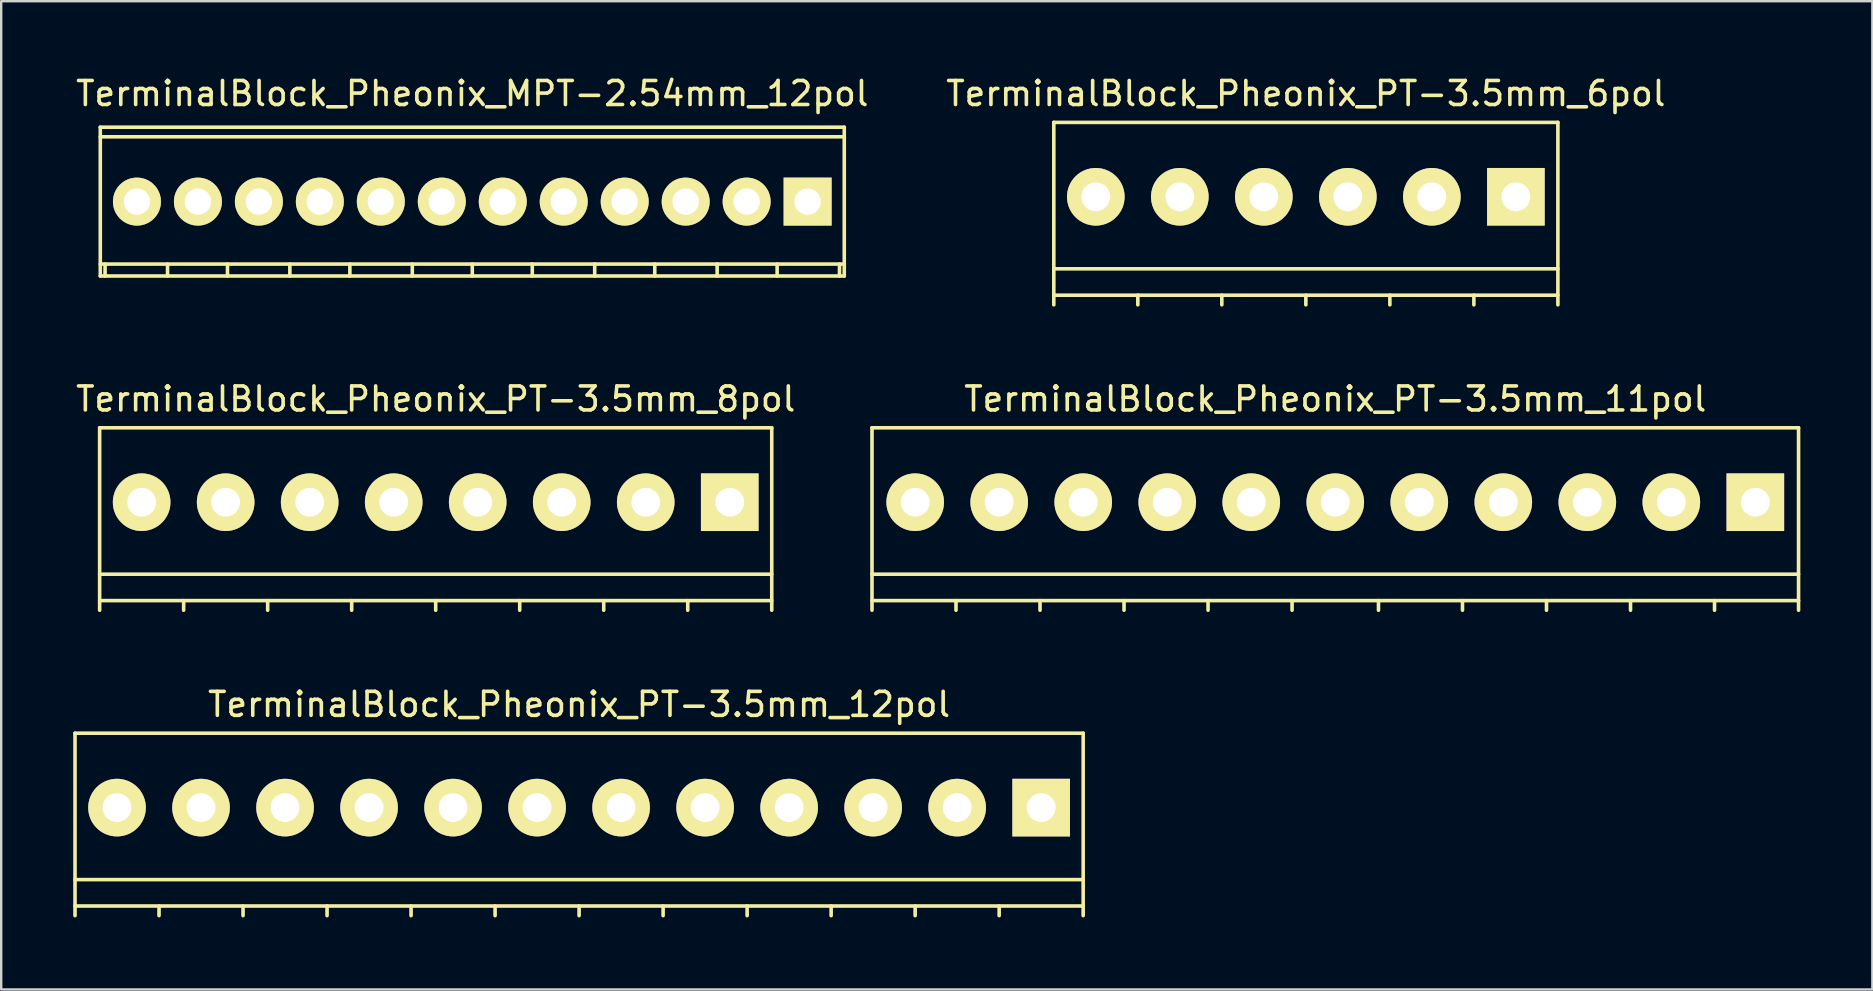
<source format=kicad_pcb>
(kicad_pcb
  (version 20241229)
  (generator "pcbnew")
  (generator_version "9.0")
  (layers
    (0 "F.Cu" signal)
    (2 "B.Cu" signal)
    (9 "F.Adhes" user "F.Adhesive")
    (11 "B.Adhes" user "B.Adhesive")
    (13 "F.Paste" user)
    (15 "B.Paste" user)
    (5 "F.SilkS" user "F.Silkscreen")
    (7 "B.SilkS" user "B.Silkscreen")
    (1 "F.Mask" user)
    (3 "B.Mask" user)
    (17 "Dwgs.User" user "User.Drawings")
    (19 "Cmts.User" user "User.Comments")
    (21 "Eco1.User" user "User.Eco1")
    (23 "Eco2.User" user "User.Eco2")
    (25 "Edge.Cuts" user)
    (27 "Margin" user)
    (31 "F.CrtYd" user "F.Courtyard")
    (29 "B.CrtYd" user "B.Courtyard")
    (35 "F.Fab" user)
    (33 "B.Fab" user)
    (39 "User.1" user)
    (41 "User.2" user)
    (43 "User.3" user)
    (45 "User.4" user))
  (footprint "TerminalBlock_Pheonix_PT-3.5mm_11pol"
    (layer "F.Cu")
    (at 52.577 18.572)
    (property "Reference" "TerminalBlock_Pheonix_PT-3.5mm_11pol" (at 0 -5 0) (layer "F.SilkS") (effects (font (size 1 1) (thickness 0.15))))
    (attr through_hole)
    (fp_line (start -19.3 -3.8) (end -19.3 3.8) (stroke (width 0.15) (type solid)) (layer "F.SilkS"))
    (fp_line (start -19.3 2.3) (end 19.3 2.3) (stroke (width 0.15) (type solid)) (layer "F.SilkS"))
    (fp_line (start -19.3 3.4) (end 19.3 3.4) (stroke (width 0.15) (type solid)) (layer "F.SilkS"))
    (fp_line (start -15.8 3.4) (end -15.8 3.8) (stroke (width 0.15) (type solid)) (layer "F.SilkS"))
    (fp_line (start -12.3 3.4) (end -12.3 3.8) (stroke (width 0.15) (type solid)) (layer "F.SilkS"))
    (fp_line (start -8.8 3.4) (end -8.8 3.8) (stroke (width 0.15) (type solid)) (layer "F.SilkS"))
    (fp_line (start -5.3 3.4) (end -5.3 3.8) (stroke (width 0.15) (type solid)) (layer "F.SilkS"))
    (fp_line (start -1.8 3.4) (end -1.8 3.8) (stroke (width 0.15) (type solid)) (layer "F.SilkS"))
    (fp_line (start 1.8 3.4) (end 1.8 3.8) (stroke (width 0.15) (type solid)) (layer "F.SilkS"))
    (fp_line (start 5.3 3.4) (end 5.3 3.8) (stroke (width 0.15) (type solid)) (layer "F.SilkS"))
    (fp_line (start 8.8 3.4) (end 8.8 3.8) (stroke (width 0.15) (type solid)) (layer "F.SilkS"))
    (fp_line (start 12.3 3.4) (end 12.3 3.8) (stroke (width 0.15) (type solid)) (layer "F.SilkS"))
    (fp_line (start 15.8 3.4) (end 15.8 3.8) (stroke (width 0.15) (type solid)) (layer "F.SilkS"))
    (fp_line (start 19.3 -3.8) (end -19.3 -3.8) (stroke (width 0.15) (type solid)) (layer "F.SilkS"))
    (fp_line (start 19.3 3.8) (end 19.3 -3.8) (stroke (width 0.15) (type solid)) (layer "F.SilkS"))
    (pad "1" thru_hole rect (at 17.5 -0.7) (size 2.4 2.4) (drill 1.2) (layers "*.Cu" "*.Mask" "F.SilkS"))
    (pad "2" thru_hole circle (at 14 -0.7) (size 2.4 2.4) (drill 1.2) (layers "*.Cu" "*.Mask" "F.SilkS"))
    (pad "3" thru_hole circle (at 10.5 -0.7) (size 2.4 2.4) (drill 1.2) (layers "*.Cu" "*.Mask" "F.SilkS"))
    (pad "4" thru_hole circle (at 7 -0.7) (size 2.4 2.4) (drill 1.2) (layers "*.Cu" "*.Mask" "F.SilkS"))
    (pad "5" thru_hole circle (at 3.5 -0.7) (size 2.4 2.4) (drill 1.2) (layers "*.Cu" "*.Mask" "F.SilkS"))
    (pad "6" thru_hole circle (at 0 -0.7) (size 2.4 2.4) (drill 1.2) (layers "*.Cu" "*.Mask" "F.SilkS"))
    (pad "7" thru_hole circle (at -3.5 -0.7) (size 2.4 2.4) (drill 1.2) (layers "*.Cu" "*.Mask" "F.SilkS"))
    (pad "8" thru_hole circle (at -7 -0.7) (size 2.4 2.4) (drill 1.2) (layers "*.Cu" "*.Mask" "F.SilkS"))
    (pad "9" thru_hole circle (at -10.5 -0.7) (size 2.4 2.4) (drill 1.2) (layers "*.Cu" "*.Mask" "F.SilkS"))
    (pad "10" thru_hole circle (at -14 -0.7) (size 2.4 2.4) (drill 1.2) (layers "*.Cu" "*.Mask" "F.SilkS"))
    (pad "11" thru_hole circle (at -17.5 -0.7) (size 2.4 2.4) (drill 1.2) (layers "*.Cu" "*.Mask" "F.SilkS")))
  (footprint "TerminalBlock_Pheonix_PT-3.5mm_8pol"
    (layer "F.Cu")
    (at 15.101 18.572)
    (property "Reference" "TerminalBlock_Pheonix_PT-3.5mm_8pol" (at 0 -5 0) (layer "F.SilkS") (effects (font (size 1 1) (thickness 0.15))))
    (attr through_hole)
    (fp_line (start -14 -3.8) (end -14 3.8) (stroke (width 0.15) (type solid)) (layer "F.SilkS"))
    (fp_line (start -14 2.3) (end 14 2.3) (stroke (width 0.15) (type solid)) (layer "F.SilkS"))
    (fp_line (start -14 3.4) (end 14 3.4) (stroke (width 0.15) (type solid)) (layer "F.SilkS"))
    (fp_line (start -10.5 3.4) (end -10.5 3.8) (stroke (width 0.15) (type solid)) (layer "F.SilkS"))
    (fp_line (start -7 3.4) (end -7 3.8) (stroke (width 0.15) (type solid)) (layer "F.SilkS"))
    (fp_line (start -3.5 3.4) (end -3.5 3.8) (stroke (width 0.15) (type solid)) (layer "F.SilkS"))
    (fp_line (start 0 3.4) (end 0 3.8) (stroke (width 0.15) (type solid)) (layer "F.SilkS"))
    (fp_line (start 3.5 3.4) (end 3.5 3.8) (stroke (width 0.15) (type solid)) (layer "F.SilkS"))
    (fp_line (start 7 3.4) (end 7 3.8) (stroke (width 0.15) (type solid)) (layer "F.SilkS"))
    (fp_line (start 10.5 3.4) (end 10.5 3.8) (stroke (width 0.15) (type solid)) (layer "F.SilkS"))
    (fp_line (start 14 -3.8) (end -14 -3.8) (stroke (width 0.15) (type solid)) (layer "F.SilkS"))
    (fp_line (start 14 3.8) (end 14 -3.8) (stroke (width 0.15) (type solid)) (layer "F.SilkS"))
    (pad "1" thru_hole rect (at 12.25 -0.7) (size 2.4 2.4) (drill 1.2) (layers "*.Cu" "*.Mask" "F.SilkS"))
    (pad "2" thru_hole circle (at 8.75 -0.7) (size 2.4 2.4) (drill 1.2) (layers "*.Cu" "*.Mask" "F.SilkS"))
    (pad "3" thru_hole circle (at 5.25 -0.7) (size 2.4 2.4) (drill 1.2) (layers "*.Cu" "*.Mask" "F.SilkS"))
    (pad "4" thru_hole circle (at 1.75 -0.7) (size 2.4 2.4) (drill 1.2) (layers "*.Cu" "*.Mask" "F.SilkS"))
    (pad "5" thru_hole circle (at -1.75 -0.7) (size 2.4 2.4) (drill 1.2) (layers "*.Cu" "*.Mask" "F.SilkS"))
    (pad "6" thru_hole circle (at -5.25 -0.7) (size 2.4 2.4) (drill 1.2) (layers "*.Cu" "*.Mask" "F.SilkS"))
    (pad "7" thru_hole circle (at -8.75 -0.7) (size 2.4 2.4) (drill 1.2) (layers "*.Cu" "*.Mask" "F.SilkS"))
    (pad "8" thru_hole circle (at -12.25 -0.7) (size 2.4 2.4) (drill 1.2) (layers "*.Cu" "*.Mask" "F.SilkS")))
  (footprint "TerminalBlock_Pheonix_PT-3.5mm_12pol"
    (layer "F.Cu")
    (at 21.075 31.295)
    (property "Reference" "TerminalBlock_Pheonix_PT-3.5mm_12pol" (at 0 -5 0) (layer "F.SilkS") (effects (font (size 1 1) (thickness 0.15))))
    (attr through_hole)
    (fp_line (start -21 -3.8) (end -21 3.8) (stroke (width 0.15) (type solid)) (layer "F.SilkS"))
    (fp_line (start -21 2.3) (end 21 2.3) (stroke (width 0.15) (type solid)) (layer "F.SilkS"))
    (fp_line (start -21 3.4) (end 21 3.4) (stroke (width 0.15) (type solid)) (layer "F.SilkS"))
    (fp_line (start -17.5 3.4) (end -17.5 3.8) (stroke (width 0.15) (type solid)) (layer "F.SilkS"))
    (fp_line (start -14 3.4) (end -14 3.8) (stroke (width 0.15) (type solid)) (layer "F.SilkS"))
    (fp_line (start -10.5 3.4) (end -10.5 3.8) (stroke (width 0.15) (type solid)) (layer "F.SilkS"))
    (fp_line (start -7 3.4) (end -7 3.8) (stroke (width 0.15) (type solid)) (layer "F.SilkS"))
    (fp_line (start -3.5 3.4) (end -3.5 3.8) (stroke (width 0.15) (type solid)) (layer "F.SilkS"))
    (fp_line (start 0 3.4) (end 0 3.8) (stroke (width 0.15) (type solid)) (layer "F.SilkS"))
    (fp_line (start 3.5 3.4) (end 3.5 3.8) (stroke (width 0.15) (type solid)) (layer "F.SilkS"))
    (fp_line (start 7 3.4) (end 7 3.8) (stroke (width 0.15) (type solid)) (layer "F.SilkS"))
    (fp_line (start 10.5 3.4) (end 10.5 3.8) (stroke (width 0.15) (type solid)) (layer "F.SilkS"))
    (fp_line (start 14 3.4) (end 14 3.8) (stroke (width 0.15) (type solid)) (layer "F.SilkS"))
    (fp_line (start 17.5 3.4) (end 17.5 3.8) (stroke (width 0.15) (type solid)) (layer "F.SilkS"))
    (fp_line (start 21 -3.8) (end -21 -3.8) (stroke (width 0.15) (type solid)) (layer "F.SilkS"))
    (fp_line (start 21 3.8) (end 21 -3.8) (stroke (width 0.15) (type solid)) (layer "F.SilkS"))
    (pad "1" thru_hole rect (at 19.25 -0.7) (size 2.4 2.4) (drill 1.2) (layers "*.Cu" "*.Mask" "F.SilkS"))
    (pad "2" thru_hole circle (at 15.75 -0.7) (size 2.4 2.4) (drill 1.2) (layers "*.Cu" "*.Mask" "F.SilkS"))
    (pad "3" thru_hole circle (at 12.25 -0.7) (size 2.4 2.4) (drill 1.2) (layers "*.Cu" "*.Mask" "F.SilkS"))
    (pad "4" thru_hole circle (at 8.75 -0.7) (size 2.4 2.4) (drill 1.2) (layers "*.Cu" "*.Mask" "F.SilkS"))
    (pad "5" thru_hole circle (at 5.25 -0.7) (size 2.4 2.4) (drill 1.2) (layers "*.Cu" "*.Mask" "F.SilkS"))
    (pad "6" thru_hole circle (at 1.75 -0.7) (size 2.4 2.4) (drill 1.2) (layers "*.Cu" "*.Mask" "F.SilkS"))
    (pad "7" thru_hole circle (at -1.75 -0.7) (size 2.4 2.4) (drill 1.2) (layers "*.Cu" "*.Mask" "F.SilkS"))
    (pad "8" thru_hole circle (at -5.25 -0.7) (size 2.4 2.4) (drill 1.2) (layers "*.Cu" "*.Mask" "F.SilkS"))
    (pad "9" thru_hole circle (at -8.75 -0.7) (size 2.4 2.4) (drill 1.2) (layers "*.Cu" "*.Mask" "F.SilkS"))
    (pad "10" thru_hole circle (at -12.25 -0.7) (size 2.4 2.4) (drill 1.2) (layers "*.Cu" "*.Mask" "F.SilkS"))
    (pad "11" thru_hole circle (at -15.75 -0.7) (size 2.4 2.4) (drill 1.2) (layers "*.Cu" "*.Mask" "F.SilkS"))
    (pad "12" thru_hole circle (at -19.25 -0.7) (size 2.4 2.4) (drill 1.2) (layers "*.Cu" "*.Mask" "F.SilkS")))
  (footprint "TerminalBlock_Pheonix_PT-3.5mm_6pol"
    (layer "F.Cu")
    (at 51.351 5.848)
    (property "Reference" "TerminalBlock_Pheonix_PT-3.5mm_6pol" (at 0 -5 0) (layer "F.SilkS") (effects (font (size 1 1) (thickness 0.15))))
    (attr through_hole)
    (fp_line (start -10.5 -3.8) (end -10.5 3.8) (stroke (width 0.15) (type solid)) (layer "F.SilkS"))
    (fp_line (start -10.5 2.3) (end 10.5 2.3) (stroke (width 0.15) (type solid)) (layer "F.SilkS"))
    (fp_line (start -10.5 3.4) (end 10.5 3.4) (stroke (width 0.15) (type solid)) (layer "F.SilkS"))
    (fp_line (start -7 3.4) (end -7 3.8) (stroke (width 0.15) (type solid)) (layer "F.SilkS"))
    (fp_line (start -3.5 3.4) (end -3.5 3.8) (stroke (width 0.15) (type solid)) (layer "F.SilkS"))
    (fp_line (start 0 3.4) (end 0 3.8) (stroke (width 0.15) (type solid)) (layer "F.SilkS"))
    (fp_line (start 3.5 3.4) (end 3.5 3.8) (stroke (width 0.15) (type solid)) (layer "F.SilkS"))
    (fp_line (start 7 3.4) (end 7 3.8) (stroke (width 0.15) (type solid)) (layer "F.SilkS"))
    (fp_line (start 10.5 -3.8) (end -10.5 -3.8) (stroke (width 0.15) (type solid)) (layer "F.SilkS"))
    (fp_line (start 10.5 3.8) (end 10.5 -3.8) (stroke (width 0.15) (type solid)) (layer "F.SilkS"))
    (pad "1" thru_hole rect (at 8.75 -0.7) (size 2.4 2.4) (drill 1.2) (layers "*.Cu" "*.Mask" "F.SilkS"))
    (pad "2" thru_hole circle (at 5.25 -0.7) (size 2.4 2.4) (drill 1.2) (layers "*.Cu" "*.Mask" "F.SilkS"))
    (pad "3" thru_hole circle (at 1.75 -0.7) (size 2.4 2.4) (drill 1.2) (layers "*.Cu" "*.Mask" "F.SilkS"))
    (pad "4" thru_hole circle (at -1.75 -0.7) (size 2.4 2.4) (drill 1.2) (layers "*.Cu" "*.Mask" "F.SilkS"))
    (pad "5" thru_hole circle (at -5.25 -0.7) (size 2.4 2.4) (drill 1.2) (layers "*.Cu" "*.Mask" "F.SilkS"))
    (pad "6" thru_hole circle (at -8.75 -0.7) (size 2.4 2.4) (drill 1.2) (layers "*.Cu" "*.Mask" "F.SilkS")))
  (footprint "TerminalBlock_Pheonix_MPT-2.54mm_12pol"
    (layer "F.Cu")
    (at 16.625 5.349)
    (property "Reference" "TerminalBlock_Pheonix_MPT-2.54mm_12pol" (at 0 -4.501 0) (layer "F.SilkS") (effects (font (size 1 1) (thickness 0.15))))
    (attr through_hole)
    (fp_line (start -15.499 -3.099) (end 15.499 -3.099) (stroke (width 0.15) (type solid)) (layer "F.SilkS"))
    (fp_line (start -15.499 2.601) (end 15.499 2.601) (stroke (width 0.15) (type solid)) (layer "F.SilkS"))
    (fp_line (start -15.497 -3.099) (end -15.497 3.099) (stroke (width 0.15) (type solid)) (layer "F.SilkS"))
    (fp_line (start -15.298 3.099) (end -15.298 2.601) (stroke (width 0.15) (type solid)) (layer "F.SilkS"))
    (fp_line (start -12.695 3.099) (end -12.695 2.601) (stroke (width 0.15) (type solid)) (layer "F.SilkS"))
    (fp_line (start -10.198 2.601) (end -10.198 3.099) (stroke (width 0.15) (type solid)) (layer "F.SilkS"))
    (fp_line (start -7.6 2.601) (end -7.6 3.099) (stroke (width 0.15) (type solid)) (layer "F.SilkS"))
    (fp_line (start -5.1 2.601) (end -5.1 3.099) (stroke (width 0.15) (type solid)) (layer "F.SilkS"))
    (fp_line (start -2.499 2.601) (end -2.499 3.099) (stroke (width 0.15) (type solid)) (layer "F.SilkS"))
    (fp_line (start 0 2.601) (end 0 3.099) (stroke (width 0.15) (type solid)) (layer "F.SilkS"))
    (fp_line (start 2.499 2.601) (end 2.499 3.099) (stroke (width 0.15) (type solid)) (layer "F.SilkS"))
    (fp_line (start 5.1 2.601) (end 5.1 3.099) (stroke (width 0.15) (type solid)) (layer "F.SilkS"))
    (fp_line (start 7.602 2.601) (end 7.602 3.099) (stroke (width 0.15) (type solid)) (layer "F.SilkS"))
    (fp_line (start 10.201 2.601) (end 10.201 3.099) (stroke (width 0.15) (type solid)) (layer "F.SilkS"))
    (fp_line (start 12.7 2.601) (end 12.7 3.099) (stroke (width 0.15) (type solid)) (layer "F.SilkS"))
    (fp_line (start 15.298 2.601) (end 15.298 3.099) (stroke (width 0.15) (type solid)) (layer "F.SilkS"))
    (fp_line (start 15.497 3.099) (end 15.497 -3.099) (stroke (width 0.15) (type solid)) (layer "F.SilkS"))
    (fp_line (start 15.499 -2.7) (end -15.499 -2.7) (stroke (width 0.15) (type solid)) (layer "F.SilkS"))
    (fp_line (start 15.499 3.099) (end -15.499 3.099) (stroke (width 0.15) (type solid)) (layer "F.SilkS"))
    (pad "1" thru_hole rect (at 13.97 0) (size 1.999 1.999) (drill 1.097) (layers "*.Cu" "*.Mask" "F.SilkS"))
    (pad "2" thru_hole oval (at 11.43 0) (size 1.999 1.999) (drill 1.097) (layers "*.Cu" "*.Mask" "F.SilkS"))
    (pad "3" thru_hole oval (at 8.89 0) (size 1.999 1.999) (drill 1.097) (layers "*.Cu" "*.Mask" "F.SilkS"))
    (pad "4" thru_hole oval (at 6.35 0) (size 1.999 1.999) (drill 1.097) (layers "*.Cu" "*.Mask" "F.SilkS"))
    (pad "5" thru_hole oval (at 3.81 0) (size 1.999 1.999) (drill 1.097) (layers "*.Cu" "*.Mask" "F.SilkS"))
    (pad "6" thru_hole oval (at 1.27 0) (size 1.999 1.999) (drill 1.097) (layers "*.Cu" "*.Mask" "F.SilkS"))
    (pad "7" thru_hole oval (at -1.27 0) (size 1.999 1.999) (drill 1.097) (layers "*.Cu" "*.Mask" "F.SilkS"))
    (pad "8" thru_hole oval (at -3.81 0) (size 1.999 1.999) (drill 1.097) (layers "*.Cu" "*.Mask" "F.SilkS"))
    (pad "9" thru_hole oval (at -6.35 0) (size 1.999 1.999) (drill 1.097) (layers "*.Cu" "*.Mask" "F.SilkS"))
    (pad "10" thru_hole oval (at -8.89 0) (size 1.999 1.999) (drill 1.097) (layers "*.Cu" "*.Mask" "F.SilkS"))
    (pad "11" thru_hole oval (at -11.43 0) (size 1.999 1.999) (drill 1.097) (layers "*.Cu" "*.Mask" "F.SilkS"))
    (pad "12" thru_hole oval (at -13.97 0) (size 1.999 1.999) (drill 1.097) (layers "*.Cu" "*.Mask" "F.SilkS")))
  (gr_rect
    (start -3 -3)
    (end 74.952 38.17)
    (stroke (width 0.1) (type default))
    (fill no)
    (layer "Edge.Cuts")))
</source>
